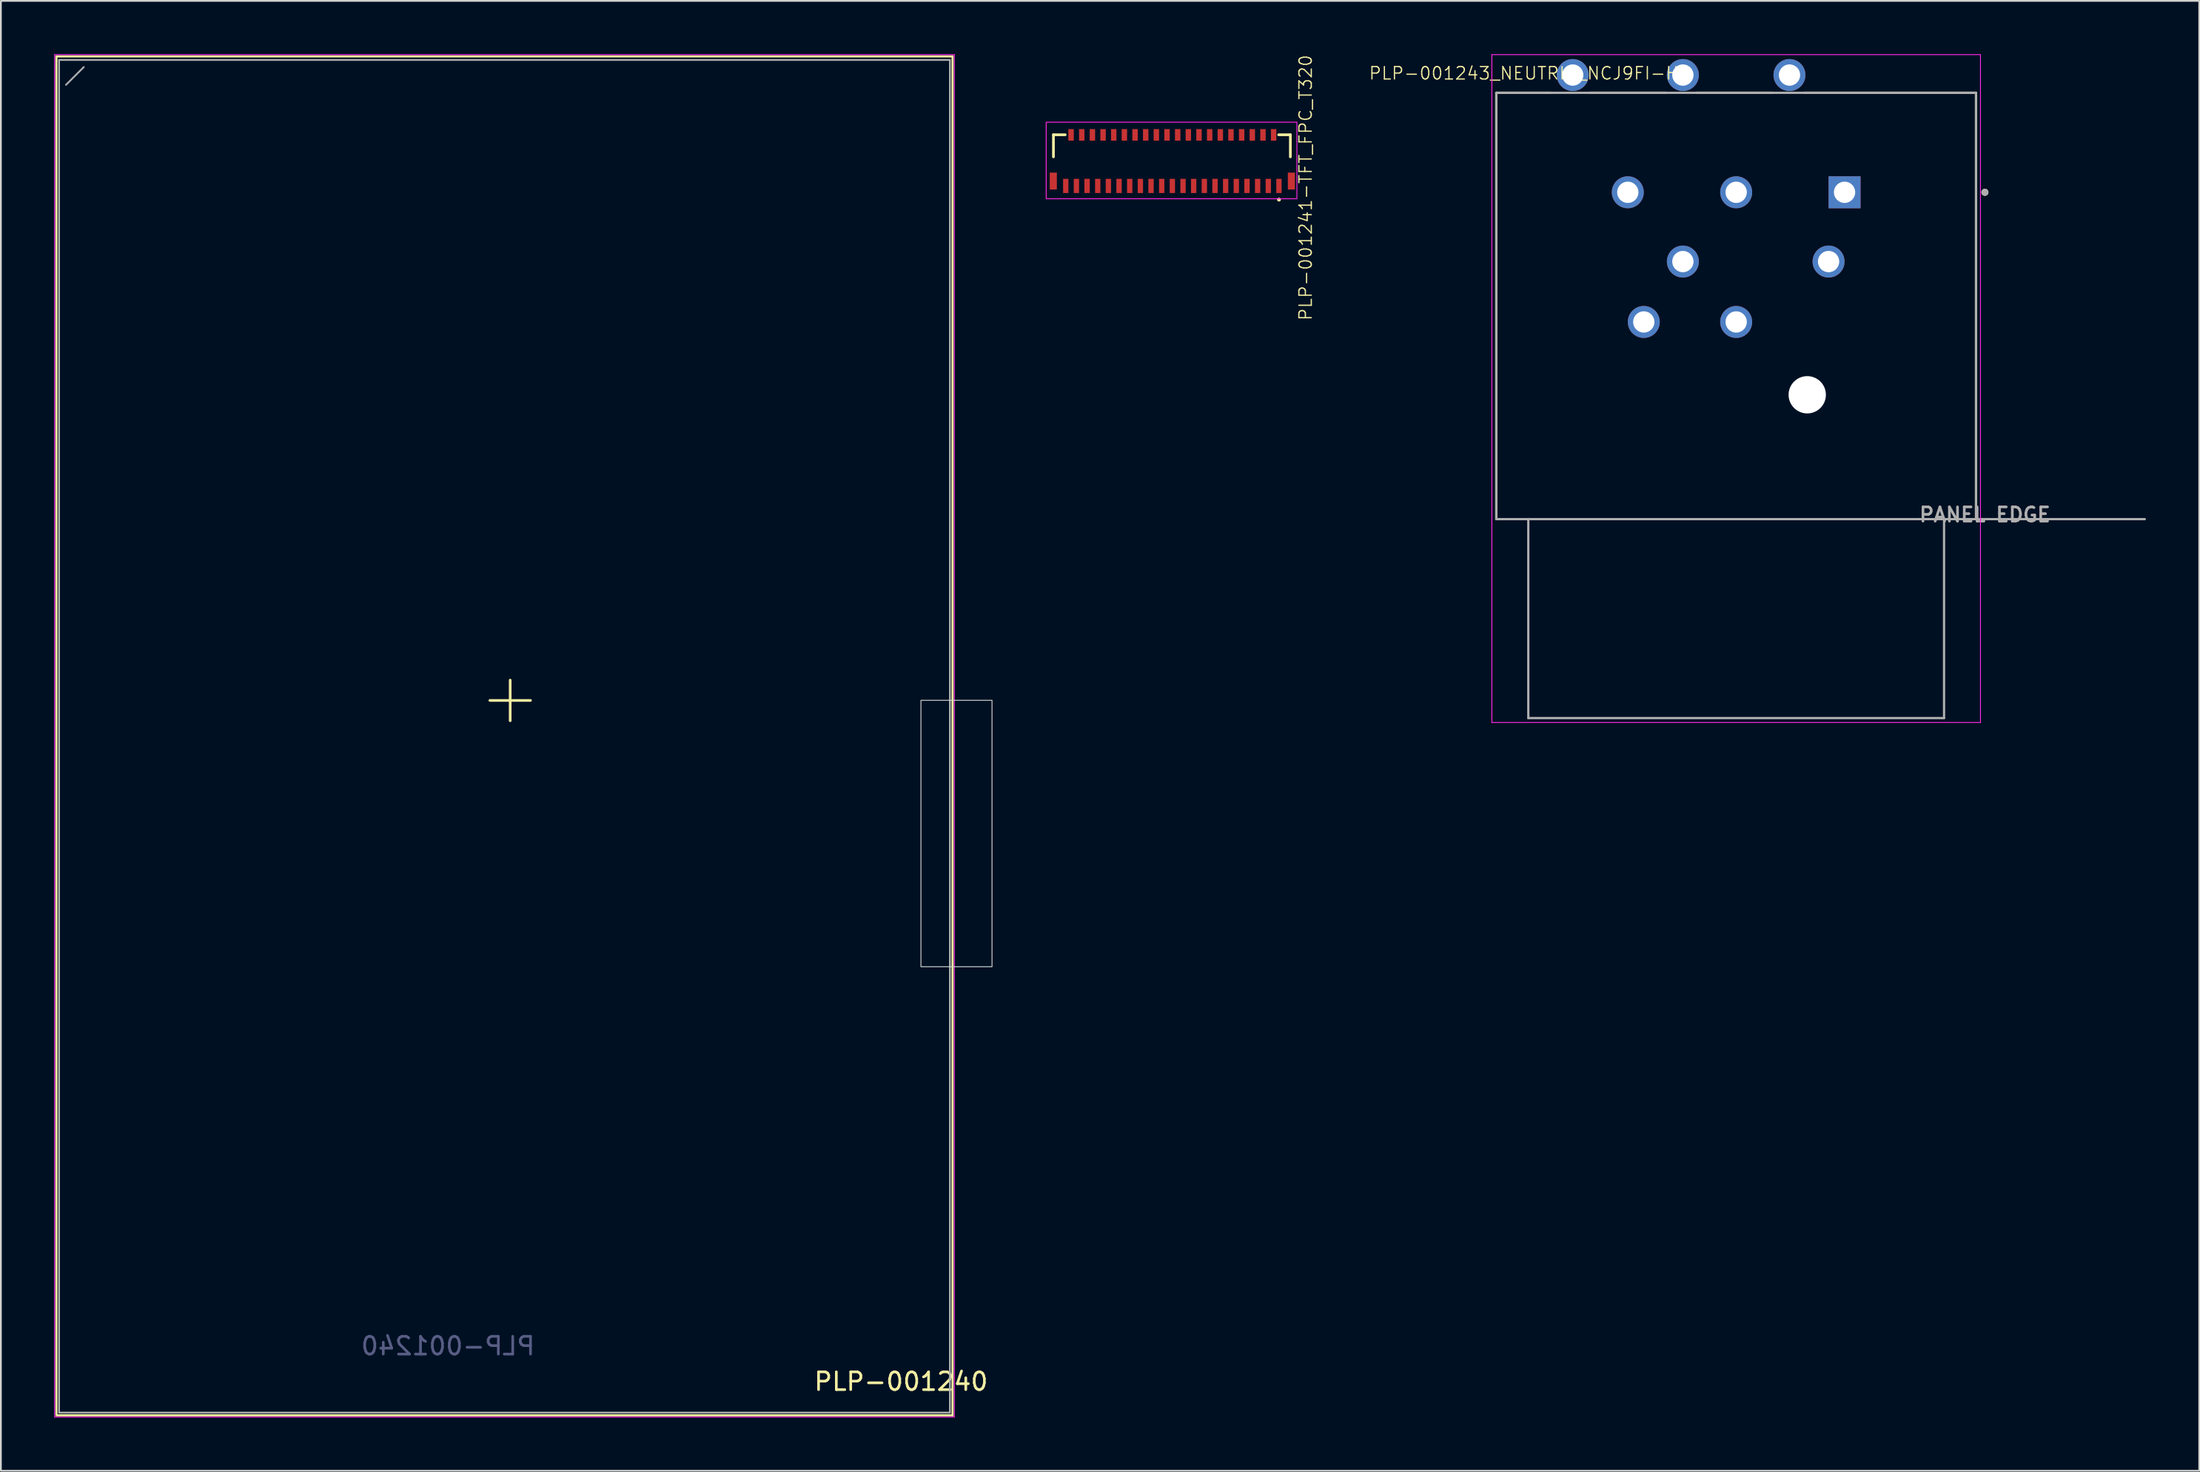
<source format=kicad_pcb>
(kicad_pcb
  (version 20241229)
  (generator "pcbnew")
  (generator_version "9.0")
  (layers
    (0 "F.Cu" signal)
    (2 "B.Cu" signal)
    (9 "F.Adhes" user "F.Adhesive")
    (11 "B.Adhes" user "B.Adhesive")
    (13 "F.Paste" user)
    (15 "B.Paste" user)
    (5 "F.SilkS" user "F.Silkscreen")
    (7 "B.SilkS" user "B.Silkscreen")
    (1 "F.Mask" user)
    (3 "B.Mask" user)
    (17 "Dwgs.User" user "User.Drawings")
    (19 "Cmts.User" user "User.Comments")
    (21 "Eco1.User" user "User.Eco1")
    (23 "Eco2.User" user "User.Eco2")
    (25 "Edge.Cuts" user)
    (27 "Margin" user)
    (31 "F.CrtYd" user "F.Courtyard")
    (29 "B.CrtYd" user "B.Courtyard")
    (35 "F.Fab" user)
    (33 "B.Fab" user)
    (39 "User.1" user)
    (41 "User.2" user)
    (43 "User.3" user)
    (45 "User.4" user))
  (footprint "PLP-001241-TFT_FPC_T320"
    (layer "F.Cu")
    (at 62.935 6.018)
    (property "Reference" "PLP-001241-TFT_FPC_T320" (at 7.5 1.5 90) (layer "F.SilkS") (effects (font (size 0.7 0.7) (thickness 0.07))))
    (attr through_hole)
    (fp_line (start -6.693 -1.482) (end -6.693 -0.238) (stroke (width 0.152) (type solid)) (layer "F.SilkS"))
    (fp_line (start -6.032 -1.482) (end -6.693 -1.482) (stroke (width 0.152) (type solid)) (layer "F.SilkS"))
    (fp_line (start 5.982 -1.482) (end 6.642 -1.482) (stroke (width 0.152) (type solid)) (layer "F.SilkS"))
    (fp_line (start 6.642 -1.482) (end 6.642 -0.238) (stroke (width 0.152) (type solid)) (layer "F.SilkS"))
    (fp_circle (center 6 2.17) (end 6.03 2.22) (stroke (width 0.1) (type default)) (fill no) (layer "F.SilkS"))
    (fp_rect (start -7.1 -2.19) (end 7.01 2.12) (stroke (width 0.05) (type default)) (fill no) (layer "F.CrtYd"))
    (pad "0" smd rect (at -6.7 1.125 180) (size 0.4 0.95) (layers "F.Cu" "F.Mask" "F.Paste"))
    (pad "0" smd rect (at 6.7 1.125 180) (size 0.4 0.95) (layers "F.Cu" "F.Mask" "F.Paste"))
    (pad "1" smd rect (at 6 1.4 180) (size 0.3 0.8) (layers "F.Cu" "F.Mask" "F.Paste"))
    (pad "2" smd rect (at 5.7 -1.475 180) (size 0.305 0.65) (layers "F.Cu" "F.Mask" "F.Paste"))
    (pad "3" smd rect (at 5.4 1.4 180) (size 0.3 0.8) (layers "F.Cu" "F.Mask" "F.Paste"))
    (pad "4" smd rect (at 5.1 -1.475 180) (size 0.305 0.65) (layers "F.Cu" "F.Mask" "F.Paste"))
    (pad "5" smd rect (at 4.8 1.4 180) (size 0.3 0.8) (layers "F.Cu" "F.Mask" "F.Paste"))
    (pad "6" smd rect (at 4.5 -1.475 180) (size 0.305 0.65) (layers "F.Cu" "F.Mask" "F.Paste"))
    (pad "7" smd rect (at 4.2 1.4 180) (size 0.3 0.8) (layers "F.Cu" "F.Mask" "F.Paste"))
    (pad "8" smd rect (at 3.9 -1.475 180) (size 0.305 0.65) (layers "F.Cu" "F.Mask" "F.Paste"))
    (pad "9" smd rect (at 3.6 1.4 180) (size 0.3 0.8) (layers "F.Cu" "F.Mask" "F.Paste"))
    (pad "10" smd rect (at 3.3 -1.475 180) (size 0.305 0.65) (layers "F.Cu" "F.Mask" "F.Paste"))
    (pad "11" smd rect (at 3 1.4 180) (size 0.3 0.8) (layers "F.Cu" "F.Mask" "F.Paste"))
    (pad "12" smd rect (at 2.7 -1.475 180) (size 0.305 0.65) (layers "F.Cu" "F.Mask" "F.Paste"))
    (pad "13" smd rect (at 2.4 1.4 180) (size 0.3 0.8) (layers "F.Cu" "F.Mask" "F.Paste"))
    (pad "14" smd rect (at 2.1 -1.475 180) (size 0.305 0.65) (layers "F.Cu" "F.Mask" "F.Paste"))
    (pad "15" smd rect (at 1.8 1.4 180) (size 0.3 0.8) (layers "F.Cu" "F.Mask" "F.Paste"))
    (pad "16" smd rect (at 1.5 -1.475 180) (size 0.305 0.65) (layers "F.Cu" "F.Mask" "F.Paste"))
    (pad "17" smd rect (at 1.2 1.4 180) (size 0.3 0.8) (layers "F.Cu" "F.Mask" "F.Paste"))
    (pad "18" smd rect (at 0.9 -1.475 180) (size 0.305 0.65) (layers "F.Cu" "F.Mask" "F.Paste"))
    (pad "19" smd rect (at 0.6 1.4 180) (size 0.3 0.8) (layers "F.Cu" "F.Mask" "F.Paste"))
    (pad "20" smd rect (at 0.3 -1.475 180) (size 0.305 0.65) (layers "F.Cu" "F.Mask" "F.Paste"))
    (pad "21" smd rect (at 0 1.4 180) (size 0.3 0.8) (layers "F.Cu" "F.Mask" "F.Paste"))
    (pad "22" smd rect (at -0.3 -1.475 180) (size 0.305 0.65) (layers "F.Cu" "F.Mask" "F.Paste"))
    (pad "23" smd rect (at -0.6 1.4 180) (size 0.3 0.8) (layers "F.Cu" "F.Mask" "F.Paste"))
    (pad "24" smd rect (at -0.9 -1.475 180) (size 0.305 0.65) (layers "F.Cu" "F.Mask" "F.Paste"))
    (pad "25" smd rect (at -1.2 1.4 180) (size 0.3 0.8) (layers "F.Cu" "F.Mask" "F.Paste"))
    (pad "26" smd rect (at -1.5 -1.475 180) (size 0.305 0.65) (layers "F.Cu" "F.Mask" "F.Paste"))
    (pad "27" smd rect (at -1.8 1.4 180) (size 0.3 0.8) (layers "F.Cu" "F.Mask" "F.Paste"))
    (pad "28" smd rect (at -2.1 -1.475 180) (size 0.305 0.65) (layers "F.Cu" "F.Mask" "F.Paste"))
    (pad "29" smd rect (at -2.4 1.4 180) (size 0.3 0.8) (layers "F.Cu" "F.Mask" "F.Paste"))
    (pad "30" smd rect (at -2.7 -1.475 180) (size 0.305 0.65) (layers "F.Cu" "F.Mask" "F.Paste"))
    (pad "31" smd rect (at -3 1.4 180) (size 0.3 0.8) (layers "F.Cu" "F.Mask" "F.Paste"))
    (pad "32" smd rect (at -3.3 -1.475 180) (size 0.305 0.65) (layers "F.Cu" "F.Mask" "F.Paste"))
    (pad "33" smd rect (at -3.6 1.4 180) (size 0.3 0.8) (layers "F.Cu" "F.Mask" "F.Paste"))
    (pad "34" smd rect (at -3.9 -1.475 180) (size 0.305 0.65) (layers "F.Cu" "F.Mask" "F.Paste"))
    (pad "35" smd rect (at -4.2 1.4 180) (size 0.3 0.8) (layers "F.Cu" "F.Mask" "F.Paste"))
    (pad "36" smd rect (at -4.5 -1.475 180) (size 0.305 0.65) (layers "F.Cu" "F.Mask" "F.Paste"))
    (pad "37" smd rect (at -4.8 1.4 180) (size 0.3 0.8) (layers "F.Cu" "F.Mask" "F.Paste"))
    (pad "38" smd rect (at -5.1 -1.475 180) (size 0.305 0.65) (layers "F.Cu" "F.Mask" "F.Paste"))
    (pad "39" smd rect (at -5.4 1.4 180) (size 0.3 0.8) (layers "F.Cu" "F.Mask" "F.Paste"))
    (pad "40" smd rect (at -5.7 -1.475 180) (size 0.305 0.65) (layers "F.Cu" "F.Mask" "F.Paste"))
    (pad "41" smd rect (at -6 1.4 180) (size 0.3 0.8) (layers "F.Cu" "F.Mask" "F.Paste")))
  (footprint "PLP-001243_NEUTRIK_NCJ9FI-H"
    (layer "F.Cu")
    (at 94.669 26.175)
    (property "Reference" "PLP-001243_NEUTRIK_NCJ9FI-H" (at -11.95 -25.1 0) (layer "F.SilkS") (effects (font (size 0.7 0.7) (thickness 0.07))))
    (attr through_hole)
    (fp_line (start -13.5 -24) (end -10.42 -24) (stroke (width 0.127) (type solid)) (layer "F.SilkS"))
    (fp_line (start -13.5 0) (end -13.5 -24) (stroke (width 0.127) (type solid)) (layer "F.SilkS"))
    (fp_line (start -8.232 -24) (end -3.96 -24) (stroke (width 0.127) (type solid)) (layer "F.SilkS"))
    (fp_line (start -2.233 -24) (end 2.039 -24) (stroke (width 0.127) (type solid)) (layer "F.SilkS"))
    (fp_line (start 3.852 -24) (end 13.5 -24) (stroke (width 0.127) (type solid)) (layer "F.SilkS"))
    (fp_line (start 13.5 -24) (end 13.5 0) (stroke (width 0.127) (type solid)) (layer "F.SilkS"))
    (fp_circle (center 14 -18.4) (end 14.1 -18.4) (stroke (width 0.2) (type solid)) (fill no) (layer "F.SilkS"))
    (fp_line (start -13.75 -26.15) (end -13.75 11.45) (stroke (width 0.05) (type solid)) (layer "F.CrtYd"))
    (fp_line (start -13.75 11.45) (end 13.75 11.45) (stroke (width 0.05) (type solid)) (layer "F.CrtYd"))
    (fp_line (start 13.75 -26.15) (end -13.75 -26.15) (stroke (width 0.05) (type solid)) (layer "F.CrtYd"))
    (fp_line (start 13.75 11.45) (end 13.75 -26.15) (stroke (width 0.05) (type solid)) (layer "F.CrtYd"))
    (fp_line (start -13.5 -24) (end 13.5 -24) (stroke (width 0.127) (type solid)) (layer "F.Fab"))
    (fp_line (start -13.5 0) (end -13.5 -24) (stroke (width 0.127) (type solid)) (layer "F.Fab"))
    (fp_line (start -13.5 0) (end -11.7 0) (stroke (width 0.127) (type solid)) (layer "F.Fab"))
    (fp_line (start -11.7 0) (end -11.7 11.2) (stroke (width 0.127) (type solid)) (layer "F.Fab"))
    (fp_line (start -11.7 0) (end 11.7 0) (stroke (width 0.127) (type solid)) (layer "F.Fab"))
    (fp_line (start 11.7 0) (end 11.7 11.2) (stroke (width 0.127) (type solid)) (layer "F.Fab"))
    (fp_line (start 11.7 0) (end 13.5 0) (stroke (width 0.127) (type solid)) (layer "F.Fab"))
    (fp_line (start 11.7 11.2) (end -11.7 11.2) (stroke (width 0.127) (type solid)) (layer "F.Fab"))
    (fp_line (start 13.5 -24) (end 13.5 0) (stroke (width 0.127) (type solid)) (layer "F.Fab"))
    (fp_line (start 13.5 0) (end 23 0) (stroke (width 0.127) (type solid)) (layer "F.Fab"))
    (fp_circle (center 14 -18.4) (end 14.1 -18.4) (stroke (width 0.2) (type solid)) (fill no) (layer "F.Fab"))
    (fp_text user "PANEL EDGE" (at 14 -0.25 0) (layer "F.Fab") (effects (font (size 0.8 0.8) (thickness 0.15))))
    (pad "" np_thru_hole circle (at 4 -7) (size 2.1 2.1) (drill 2.1) (layers "*.Cu" "*.Mask"))
    (pad "1" thru_hole rect (at 6.1 -18.4) (size 1.8 1.8) (drill 1.2) (layers "*.Cu" "*.Mask"))
    (pad "2" thru_hole circle (at -6.1 -18.4) (size 1.8 1.8) (drill 1.2) (layers "*.Cu" "*.Mask"))
    (pad "3" thru_hole circle (at 0 -18.4) (size 1.8 1.8) (drill 1.2) (layers "*.Cu" "*.Mask"))
    (pad "G" thru_hole circle (at 0 -11.1) (size 1.8 1.8) (drill 1.2) (layers "*.Cu" "*.Mask"))
    (pad "R" thru_hole circle (at 5.2 -14.5) (size 1.8 1.8) (drill 1.2) (layers "*.Cu" "*.Mask"))
    (pad "RS" thru_hole circle (at 3 -25) (size 1.8 1.8) (drill 1.2) (layers "*.Cu" "*.Mask"))
    (pad "S" thru_hole circle (at -5.2 -11.1) (size 1.8 1.8) (drill 1.2) (layers "*.Cu" "*.Mask"))
    (pad "SS" thru_hole circle (at -3 -14.5) (size 1.8 1.8) (drill 1.2) (layers "*.Cu" "*.Mask"))
    (pad "T" thru_hole circle (at -9.2 -25) (size 1.8 1.8) (drill 1.2) (layers "*.Cu" "*.Mask"))
    (pad "TS" thru_hole circle (at -3 -25) (size 1.8 1.8) (drill 1.2) (layers "*.Cu" "*.Mask")))
  (footprint "PLP-001240"
    (layer "F.Cu")
    (at 25.665 36.375)
    (property "Reference" "PLP-001240" (at 22 38.35 0) (layer "F.SilkS") (effects (font (size 1 1) (thickness 0.15))))
    (attr through_hole)
    (fp_line (start -25.54 -36.25) (end -25.54 40.22) (stroke (width 0.12) (type solid)) (layer "F.SilkS"))
    (fp_line (start -25.54 -36.25) (end 24.9 -36.25) (stroke (width 0.12) (type solid)) (layer "F.SilkS"))
    (fp_line (start -25.54 40.25) (end 24.9 40.25) (stroke (width 0.12) (type solid)) (layer "F.SilkS"))
    (fp_line (start 24.9 -36.25) (end 24.9 40.25) (stroke (width 0.12) (type solid)) (layer "F.SilkS"))
    (fp_rect (start 23.12 0) (end 27.12 15) (stroke (width 0.05) (type solid)) (fill no) (layer "Edge.Cuts"))
    (fp_line (start -25.64 -36.35) (end -25.64 40.35) (stroke (width 0.05) (type solid)) (layer "F.CrtYd"))
    (fp_line (start -25.64 -36.35) (end 25 -36.35) (stroke (width 0.05) (type solid)) (layer "F.CrtYd"))
    (fp_line (start -25.64 40.35) (end 25 40.35) (stroke (width 0.05) (type solid)) (layer "F.CrtYd"))
    (fp_line (start 25 -36.35) (end 25 40.35) (stroke (width 0.05) (type solid)) (layer "F.CrtYd"))
    (fp_line (start -25.39 -36.05) (end 24.75 -36.05) (stroke (width 0.1) (type solid)) (layer "F.Fab"))
    (fp_line (start -25.39 40.1) (end -25.39 -36.05) (stroke (width 0.1) (type solid)) (layer "F.Fab"))
    (fp_line (start -25 -34.65) (end -24 -35.65) (stroke (width 0.1) (type solid)) (layer "F.Fab"))
    (fp_line (start 24.75 -36.05) (end 24.75 40.1) (stroke (width 0.1) (type solid)) (layer "F.Fab"))
    (fp_line (start 24.75 40.1) (end -25.39 40.1) (stroke (width 0.1) (type solid)) (layer "F.Fab"))
    (fp_text user "+" (at 0 -0.23 0) (layer "F.SilkS") (effects (font (size 3 3) (thickness 0.15))))
    (fp_text user "${REFERENCE}" (at -3.5 36.35 180) (layer "B.Fab") (effects (font (size 1 1) (thickness 0.15)) (justify mirror))))
  (gr_rect
    (start -3 -3)
    (end 120.733 79.75)
    (stroke (width 0.1) (type default))
    (fill no)
    (layer "Edge.Cuts")))
</source>
